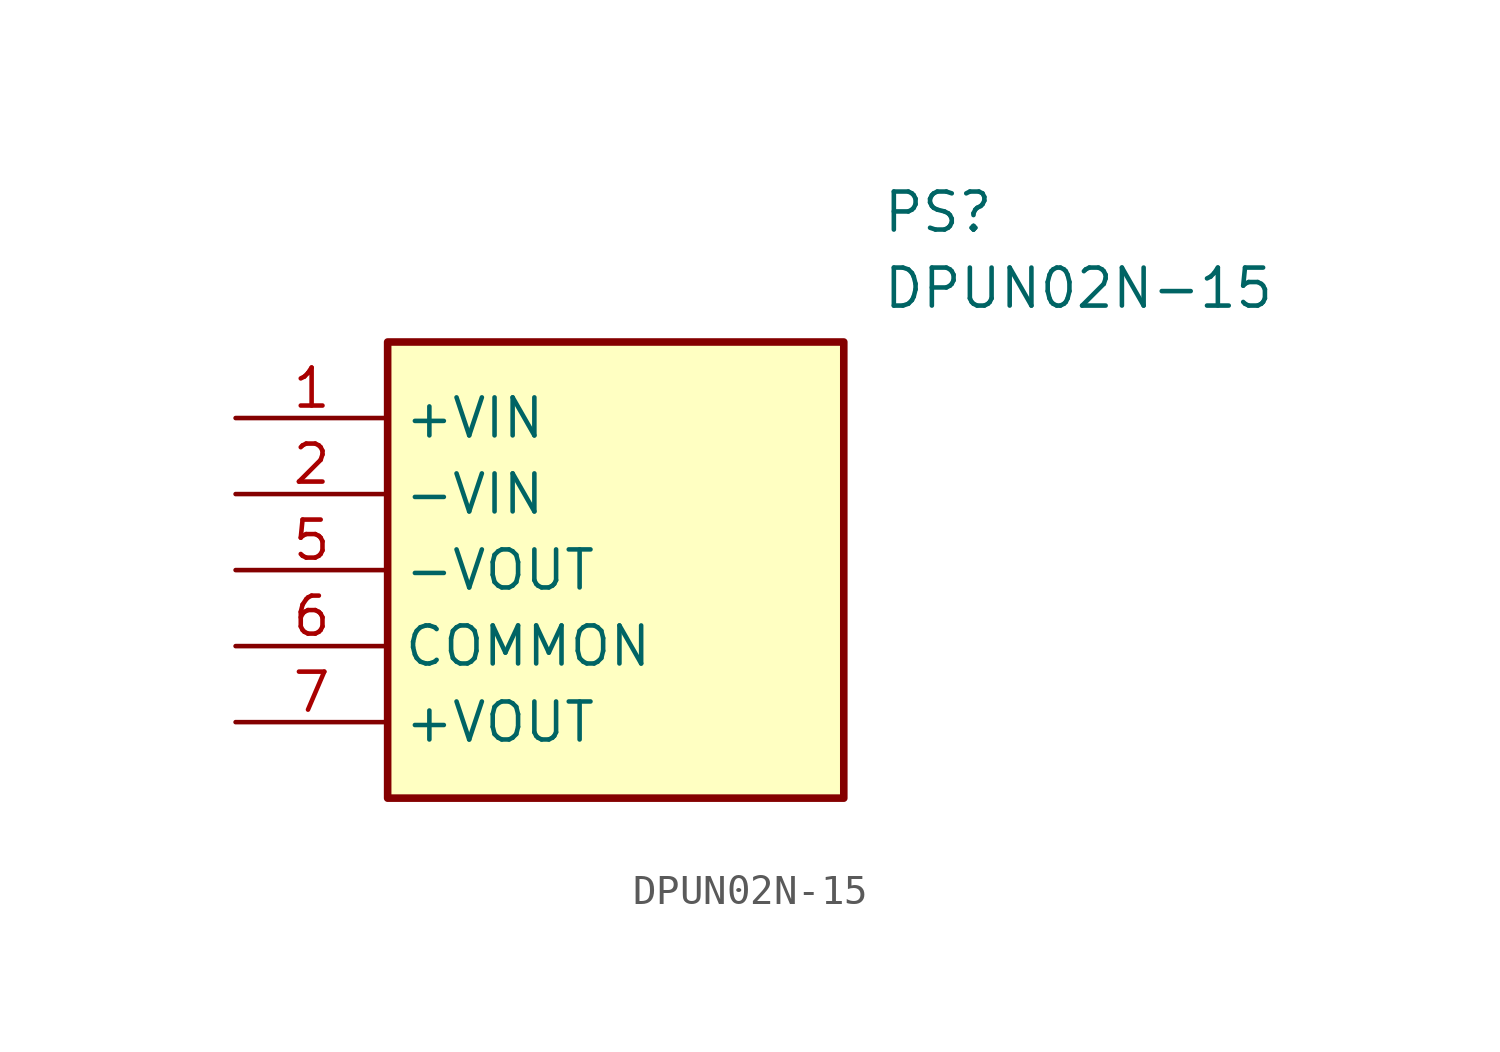
<source format=kicad_sym>
(kicad_symbol_lib
  (version 20211014)
  (generator SamacSys_ECAD_Model)
  (symbol "DPUN02N-15"
    (property "Reference" "PS"
      (at 21.59 7.62 0)
      (effects (font (size 1.27 1.27)) (justify left top)))
    (property "Value" "DPUN02N-15"
      (at 21.59 5.08 0)
      (effects (font (size 1.27 1.27)) (justify left top)))
    (rectangle
      (start 5.08 2.54)
      (end 20.32 -12.7)
      (stroke (width 0.254) (type default))
      (fill (type background)))
    (pin passive line
      (at 0 0 0)
      (length 5.08)
      (name "+VIN" (effects (font (size 1.27 1.27))))
      (number "1" (effects (font (size 1.27 1.27)))))
    (pin passive line
      (at 0 -2.54 0)
      (length 5.08)
      (name "-VIN" (effects (font (size 1.27 1.27))))
      (number "2" (effects (font (size 1.27 1.27)))))
    (pin passive line
      (at 0 -5.08 0)
      (length 5.08)
      (name "-VOUT" (effects (font (size 1.27 1.27))))
      (number "5" (effects (font (size 1.27 1.27)))))
    (pin passive line
      (at 0 -7.62 0)
      (length 5.08)
      (name "COMMON" (effects (font (size 1.27 1.27))))
      (number "6" (effects (font (size 1.27 1.27)))))
    (pin passive line
      (at 0 -10.16 0)
      (length 5.08)
      (name "+VOUT" (effects (font (size 1.27 1.27))))
      (number "7" (effects (font (size 1.27 1.27)))))))
</source>
